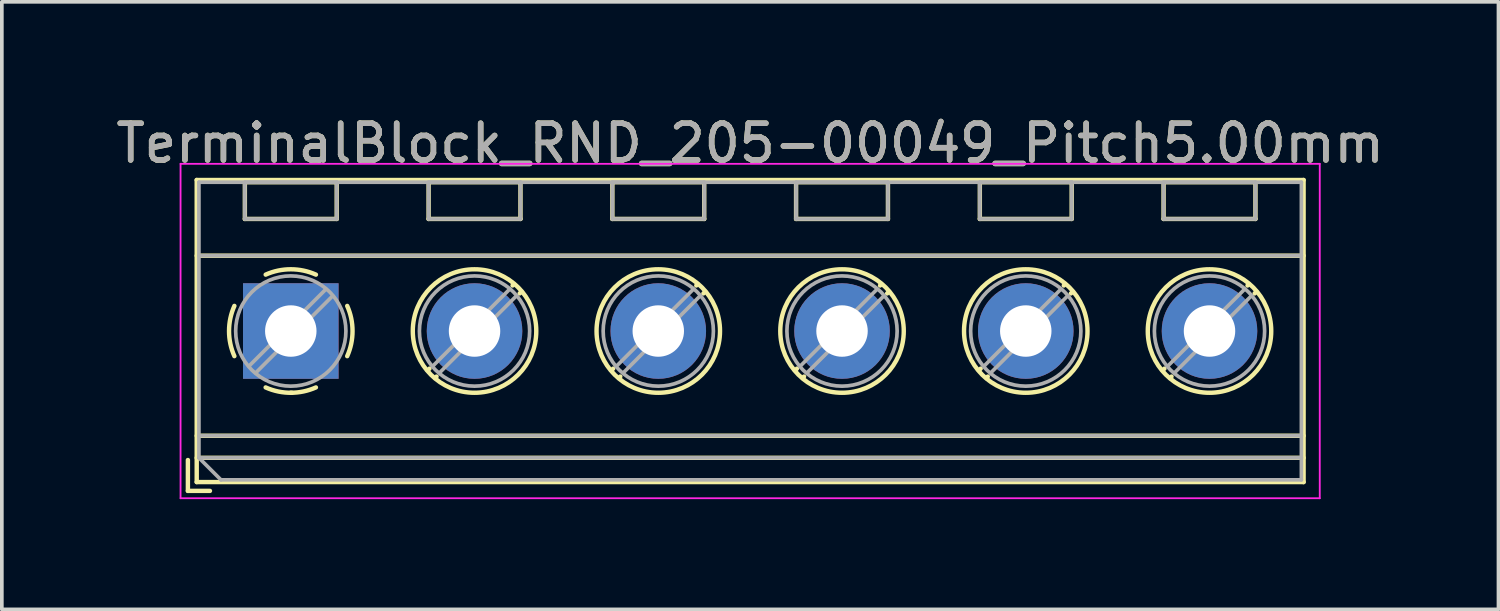
<source format=kicad_pcb>
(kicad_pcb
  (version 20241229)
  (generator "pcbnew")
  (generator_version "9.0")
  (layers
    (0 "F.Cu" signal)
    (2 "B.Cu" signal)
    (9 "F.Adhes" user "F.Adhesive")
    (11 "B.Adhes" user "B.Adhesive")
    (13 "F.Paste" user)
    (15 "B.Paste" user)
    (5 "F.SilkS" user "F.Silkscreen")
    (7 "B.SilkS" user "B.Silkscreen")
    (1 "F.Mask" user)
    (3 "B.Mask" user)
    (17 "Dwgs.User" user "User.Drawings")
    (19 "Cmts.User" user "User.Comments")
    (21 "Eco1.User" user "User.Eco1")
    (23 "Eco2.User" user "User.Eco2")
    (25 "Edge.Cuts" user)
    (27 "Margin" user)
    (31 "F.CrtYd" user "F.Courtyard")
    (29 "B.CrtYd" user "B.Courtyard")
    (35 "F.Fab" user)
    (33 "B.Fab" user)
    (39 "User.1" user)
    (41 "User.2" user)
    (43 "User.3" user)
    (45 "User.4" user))
  (footprint "TerminalBlock_RND_205-00049_Pitch5.00mm"
    (layer "F.Cu")
    (at 4.863 5.958)
    (property "Reference" "TerminalBlock_RND_205-00049_Pitch5.00mm" (at 12.5 -5.11 0) (layer "F.SilkS") (effects (font (size 1 1) (thickness 0.15))))
    (attr through_hole)
    (fp_line (start -2.8 3.51) (end -2.8 4.35) (stroke (width 0.12) (type solid)) (layer "F.SilkS"))
    (fp_line (start -2.8 4.35) (end -2.2 4.35) (stroke (width 0.12) (type solid)) (layer "F.SilkS"))
    (fp_line (start -2.56 -4.11) (end -2.56 4.11) (stroke (width 0.12) (type solid)) (layer "F.SilkS"))
    (fp_line (start -2.56 -2.05) (end 27.56 -2.05) (stroke (width 0.12) (type solid)) (layer "F.SilkS"))
    (fp_line (start -2.56 2.85) (end 27.56 2.85) (stroke (width 0.12) (type solid)) (layer "F.SilkS"))
    (fp_line (start -2.56 3.45) (end 27.56 3.45) (stroke (width 0.12) (type solid)) (layer "F.SilkS"))
    (fp_line (start -2.56 4.11) (end 27.56 4.11) (stroke (width 0.12) (type solid)) (layer "F.SilkS"))
    (fp_line (start -1.25 -4.05) (end -1.25 -3.05) (stroke (width 0.12) (type solid)) (layer "F.SilkS"))
    (fp_line (start -1.25 -4.05) (end 1.25 -4.05) (stroke (width 0.12) (type solid)) (layer "F.SilkS"))
    (fp_line (start -1.25 -3.05) (end 1.25 -3.05) (stroke (width 0.12) (type solid)) (layer "F.SilkS"))
    (fp_line (start 1.25 -4.05) (end 1.25 -3.05) (stroke (width 0.12) (type solid)) (layer "F.SilkS"))
    (fp_line (start 3.75 -4.05) (end 3.75 -3.05) (stroke (width 0.12) (type solid)) (layer "F.SilkS"))
    (fp_line (start 3.75 -4.05) (end 6.25 -4.05) (stroke (width 0.12) (type solid)) (layer "F.SilkS"))
    (fp_line (start 3.75 -3.05) (end 6.25 -3.05) (stroke (width 0.12) (type solid)) (layer "F.SilkS"))
    (fp_line (start 3.773 1.023) (end 3.726 1.069) (stroke (width 0.12) (type solid)) (layer "F.SilkS"))
    (fp_line (start 3.966 1.239) (end 3.931 1.274) (stroke (width 0.12) (type solid)) (layer "F.SilkS"))
    (fp_line (start 6.07 -1.275) (end 6.035 -1.239) (stroke (width 0.12) (type solid)) (layer "F.SilkS"))
    (fp_line (start 6.25 -4.05) (end 6.25 -3.05) (stroke (width 0.12) (type solid)) (layer "F.SilkS"))
    (fp_line (start 6.275 -1.069) (end 6.228 -1.023) (stroke (width 0.12) (type solid)) (layer "F.SilkS"))
    (fp_line (start 8.75 -4.05) (end 8.75 -3.05) (stroke (width 0.12) (type solid)) (layer "F.SilkS"))
    (fp_line (start 8.75 -4.05) (end 11.25 -4.05) (stroke (width 0.12) (type solid)) (layer "F.SilkS"))
    (fp_line (start 8.75 -3.05) (end 11.25 -3.05) (stroke (width 0.12) (type solid)) (layer "F.SilkS"))
    (fp_line (start 8.773 1.023) (end 8.726 1.069) (stroke (width 0.12) (type solid)) (layer "F.SilkS"))
    (fp_line (start 8.966 1.239) (end 8.931 1.274) (stroke (width 0.12) (type solid)) (layer "F.SilkS"))
    (fp_line (start 11.07 -1.275) (end 11.035 -1.239) (stroke (width 0.12) (type solid)) (layer "F.SilkS"))
    (fp_line (start 11.25 -4.05) (end 11.25 -3.05) (stroke (width 0.12) (type solid)) (layer "F.SilkS"))
    (fp_line (start 11.275 -1.069) (end 11.228 -1.023) (stroke (width 0.12) (type solid)) (layer "F.SilkS"))
    (fp_line (start 13.75 -4.05) (end 13.75 -3.05) (stroke (width 0.12) (type solid)) (layer "F.SilkS"))
    (fp_line (start 13.75 -4.05) (end 16.25 -4.05) (stroke (width 0.12) (type solid)) (layer "F.SilkS"))
    (fp_line (start 13.75 -3.05) (end 16.25 -3.05) (stroke (width 0.12) (type solid)) (layer "F.SilkS"))
    (fp_line (start 13.773 1.023) (end 13.726 1.069) (stroke (width 0.12) (type solid)) (layer "F.SilkS"))
    (fp_line (start 13.966 1.239) (end 13.931 1.274) (stroke (width 0.12) (type solid)) (layer "F.SilkS"))
    (fp_line (start 16.07 -1.275) (end 16.035 -1.239) (stroke (width 0.12) (type solid)) (layer "F.SilkS"))
    (fp_line (start 16.25 -4.05) (end 16.25 -3.05) (stroke (width 0.12) (type solid)) (layer "F.SilkS"))
    (fp_line (start 16.275 -1.069) (end 16.228 -1.023) (stroke (width 0.12) (type solid)) (layer "F.SilkS"))
    (fp_line (start 18.75 -4.05) (end 18.75 -3.05) (stroke (width 0.12) (type solid)) (layer "F.SilkS"))
    (fp_line (start 18.75 -4.05) (end 21.25 -4.05) (stroke (width 0.12) (type solid)) (layer "F.SilkS"))
    (fp_line (start 18.75 -3.05) (end 21.25 -3.05) (stroke (width 0.12) (type solid)) (layer "F.SilkS"))
    (fp_line (start 18.773 1.023) (end 18.726 1.069) (stroke (width 0.12) (type solid)) (layer "F.SilkS"))
    (fp_line (start 18.966 1.239) (end 18.931 1.274) (stroke (width 0.12) (type solid)) (layer "F.SilkS"))
    (fp_line (start 21.07 -1.275) (end 21.035 -1.239) (stroke (width 0.12) (type solid)) (layer "F.SilkS"))
    (fp_line (start 21.25 -4.05) (end 21.25 -3.05) (stroke (width 0.12) (type solid)) (layer "F.SilkS"))
    (fp_line (start 21.275 -1.069) (end 21.228 -1.023) (stroke (width 0.12) (type solid)) (layer "F.SilkS"))
    (fp_line (start 23.75 -4.05) (end 23.75 -3.05) (stroke (width 0.12) (type solid)) (layer "F.SilkS"))
    (fp_line (start 23.75 -4.05) (end 26.25 -4.05) (stroke (width 0.12) (type solid)) (layer "F.SilkS"))
    (fp_line (start 23.75 -3.05) (end 26.25 -3.05) (stroke (width 0.12) (type solid)) (layer "F.SilkS"))
    (fp_line (start 23.773 1.023) (end 23.726 1.069) (stroke (width 0.12) (type solid)) (layer "F.SilkS"))
    (fp_line (start 23.966 1.239) (end 23.931 1.274) (stroke (width 0.12) (type solid)) (layer "F.SilkS"))
    (fp_line (start 26.07 -1.275) (end 26.035 -1.239) (stroke (width 0.12) (type solid)) (layer "F.SilkS"))
    (fp_line (start 26.25 -4.05) (end 26.25 -3.05) (stroke (width 0.12) (type solid)) (layer "F.SilkS"))
    (fp_line (start 26.275 -1.069) (end 26.228 -1.023) (stroke (width 0.12) (type solid)) (layer "F.SilkS"))
    (fp_line (start 27.56 -4.11) (end -2.56 -4.11) (stroke (width 0.12) (type solid)) (layer "F.SilkS"))
    (fp_line (start 27.56 4.11) (end 27.56 -4.11) (stroke (width 0.12) (type solid)) (layer "F.SilkS"))
    (fp_arc (start -1.535427 0.683042) (mid -1.680501 -0.000524) (end -1.535 -0.684) (stroke (width 0.12) (type solid)) (layer "F.SilkS"))
    (fp_arc (start -0.683042 -1.535427) (mid 0.000524 -1.680501) (end 0.684 -1.535) (stroke (width 0.12) (type solid)) (layer "F.SilkS"))
    (fp_arc (start 0.028805 1.680253) (mid -0.335551 1.646659) (end -0.684 1.535) (stroke (width 0.12) (type solid)) (layer "F.SilkS"))
    (fp_arc (start 0.683318 1.534756) (mid 0.349292 1.643288) (end 0 1.68) (stroke (width 0.12) (type solid)) (layer "F.SilkS"))
    (fp_arc (start 1.535427 -0.683042) (mid 1.680501 0.000524) (end 1.535 0.684) (stroke (width 0.12) (type solid)) (layer "F.SilkS"))
    (fp_circle (center 5 0) (end 6.68 0) (stroke (width 0.12) (type solid)) (fill no) (layer "F.SilkS"))
    (fp_circle (center 10 0) (end 11.68 0) (stroke (width 0.12) (type solid)) (fill no) (layer "F.SilkS"))
    (fp_circle (center 15 0) (end 16.68 0) (stroke (width 0.12) (type solid)) (fill no) (layer "F.SilkS"))
    (fp_circle (center 20 0) (end 21.68 0) (stroke (width 0.12) (type solid)) (fill no) (layer "F.SilkS"))
    (fp_circle (center 25 0) (end 26.68 0) (stroke (width 0.12) (type solid)) (fill no) (layer "F.SilkS"))
    (fp_line (start -3 -4.55) (end -3 4.55) (stroke (width 0.05) (type solid)) (layer "F.CrtYd"))
    (fp_line (start -3 4.55) (end 28 4.55) (stroke (width 0.05) (type solid)) (layer "F.CrtYd"))
    (fp_line (start 28 -4.55) (end -3 -4.55) (stroke (width 0.05) (type solid)) (layer "F.CrtYd"))
    (fp_line (start 28 4.55) (end 28 -4.55) (stroke (width 0.05) (type solid)) (layer "F.CrtYd"))
    (fp_line (start -2.5 -4.05) (end 27.5 -4.05) (stroke (width 0.1) (type solid)) (layer "F.Fab"))
    (fp_line (start -2.5 -2.05) (end 27.5 -2.05) (stroke (width 0.1) (type solid)) (layer "F.Fab"))
    (fp_line (start -2.5 2.85) (end 27.5 2.85) (stroke (width 0.1) (type solid)) (layer "F.Fab"))
    (fp_line (start -2.5 3.45) (end -2.5 -4.05) (stroke (width 0.1) (type solid)) (layer "F.Fab"))
    (fp_line (start -2.5 3.45) (end 27.5 3.45) (stroke (width 0.1) (type solid)) (layer "F.Fab"))
    (fp_line (start -1.9 4.05) (end -2.5 3.45) (stroke (width 0.1) (type solid)) (layer "F.Fab"))
    (fp_line (start -1.25 -4.05) (end -1.25 -3.05) (stroke (width 0.1) (type solid)) (layer "F.Fab"))
    (fp_line (start -1.25 -3.05) (end 1.25 -3.05) (stroke (width 0.1) (type solid)) (layer "F.Fab"))
    (fp_line (start 0.955 -1.138) (end -1.138 0.955) (stroke (width 0.1) (type solid)) (layer "F.Fab"))
    (fp_line (start 1.138 -0.955) (end -0.955 1.138) (stroke (width 0.1) (type solid)) (layer "F.Fab"))
    (fp_line (start 1.25 -4.05) (end -1.25 -4.05) (stroke (width 0.1) (type solid)) (layer "F.Fab"))
    (fp_line (start 1.25 -3.05) (end 1.25 -4.05) (stroke (width 0.1) (type solid)) (layer "F.Fab"))
    (fp_line (start 3.75 -4.05) (end 3.75 -3.05) (stroke (width 0.1) (type solid)) (layer "F.Fab"))
    (fp_line (start 3.75 -3.05) (end 6.25 -3.05) (stroke (width 0.1) (type solid)) (layer "F.Fab"))
    (fp_line (start 5.955 -1.138) (end 3.863 0.955) (stroke (width 0.1) (type solid)) (layer "F.Fab"))
    (fp_line (start 6.138 -0.955) (end 4.046 1.138) (stroke (width 0.1) (type solid)) (layer "F.Fab"))
    (fp_line (start 6.25 -4.05) (end 3.75 -4.05) (stroke (width 0.1) (type solid)) (layer "F.Fab"))
    (fp_line (start 6.25 -3.05) (end 6.25 -4.05) (stroke (width 0.1) (type solid)) (layer "F.Fab"))
    (fp_line (start 8.75 -4.05) (end 8.75 -3.05) (stroke (width 0.1) (type solid)) (layer "F.Fab"))
    (fp_line (start 8.75 -3.05) (end 11.25 -3.05) (stroke (width 0.1) (type solid)) (layer "F.Fab"))
    (fp_line (start 10.955 -1.138) (end 8.863 0.955) (stroke (width 0.1) (type solid)) (layer "F.Fab"))
    (fp_line (start 11.138 -0.955) (end 9.046 1.138) (stroke (width 0.1) (type solid)) (layer "F.Fab"))
    (fp_line (start 11.25 -4.05) (end 8.75 -4.05) (stroke (width 0.1) (type solid)) (layer "F.Fab"))
    (fp_line (start 11.25 -3.05) (end 11.25 -4.05) (stroke (width 0.1) (type solid)) (layer "F.Fab"))
    (fp_line (start 13.75 -4.05) (end 13.75 -3.05) (stroke (width 0.1) (type solid)) (layer "F.Fab"))
    (fp_line (start 13.75 -3.05) (end 16.25 -3.05) (stroke (width 0.1) (type solid)) (layer "F.Fab"))
    (fp_line (start 15.955 -1.138) (end 13.863 0.955) (stroke (width 0.1) (type solid)) (layer "F.Fab"))
    (fp_line (start 16.138 -0.955) (end 14.046 1.138) (stroke (width 0.1) (type solid)) (layer "F.Fab"))
    (fp_line (start 16.25 -4.05) (end 13.75 -4.05) (stroke (width 0.1) (type solid)) (layer "F.Fab"))
    (fp_line (start 16.25 -3.05) (end 16.25 -4.05) (stroke (width 0.1) (type solid)) (layer "F.Fab"))
    (fp_line (start 18.75 -4.05) (end 18.75 -3.05) (stroke (width 0.1) (type solid)) (layer "F.Fab"))
    (fp_line (start 18.75 -3.05) (end 21.25 -3.05) (stroke (width 0.1) (type solid)) (layer "F.Fab"))
    (fp_line (start 20.955 -1.138) (end 18.863 0.955) (stroke (width 0.1) (type solid)) (layer "F.Fab"))
    (fp_line (start 21.138 -0.955) (end 19.046 1.138) (stroke (width 0.1) (type solid)) (layer "F.Fab"))
    (fp_line (start 21.25 -4.05) (end 18.75 -4.05) (stroke (width 0.1) (type solid)) (layer "F.Fab"))
    (fp_line (start 21.25 -3.05) (end 21.25 -4.05) (stroke (width 0.1) (type solid)) (layer "F.Fab"))
    (fp_line (start 23.75 -4.05) (end 23.75 -3.05) (stroke (width 0.1) (type solid)) (layer "F.Fab"))
    (fp_line (start 23.75 -3.05) (end 26.25 -3.05) (stroke (width 0.1) (type solid)) (layer "F.Fab"))
    (fp_line (start 25.955 -1.138) (end 23.863 0.955) (stroke (width 0.1) (type solid)) (layer "F.Fab"))
    (fp_line (start 26.138 -0.955) (end 24.046 1.138) (stroke (width 0.1) (type solid)) (layer "F.Fab"))
    (fp_line (start 26.25 -4.05) (end 23.75 -4.05) (stroke (width 0.1) (type solid)) (layer "F.Fab"))
    (fp_line (start 26.25 -3.05) (end 26.25 -4.05) (stroke (width 0.1) (type solid)) (layer "F.Fab"))
    (fp_line (start 27.5 -4.05) (end 27.5 4.05) (stroke (width 0.1) (type solid)) (layer "F.Fab"))
    (fp_line (start 27.5 4.05) (end -1.9 4.05) (stroke (width 0.1) (type solid)) (layer "F.Fab"))
    (fp_circle (center 0 0) (end 1.5 0) (stroke (width 0.1) (type solid)) (fill no) (layer "F.Fab"))
    (fp_circle (center 5 0) (end 6.5 0) (stroke (width 0.1) (type solid)) (fill no) (layer "F.Fab"))
    (fp_circle (center 10 0) (end 11.5 0) (stroke (width 0.1) (type solid)) (fill no) (layer "F.Fab"))
    (fp_circle (center 15 0) (end 16.5 0) (stroke (width 0.1) (type solid)) (fill no) (layer "F.Fab"))
    (fp_circle (center 20 0) (end 21.5 0) (stroke (width 0.1) (type solid)) (fill no) (layer "F.Fab"))
    (fp_circle (center 25 0) (end 26.5 0) (stroke (width 0.1) (type solid)) (fill no) (layer "F.Fab"))
    (fp_text user "${REFERENCE}" (at 12.5 -5.11 0) (layer "F.Fab") (effects (font (size 1 1) (thickness 0.15))))
    (pad "1" thru_hole rect (at 0 0) (size 2.6 2.6) (drill 1.4) (layers "*.Cu" "*.Mask"))
    (pad "2" thru_hole circle (at 5 0) (size 2.6 2.6) (drill 1.4) (layers "*.Cu" "*.Mask"))
    (pad "3" thru_hole circle (at 10 0) (size 2.6 2.6) (drill 1.4) (layers "*.Cu" "*.Mask"))
    (pad "4" thru_hole circle (at 15 0) (size 2.6 2.6) (drill 1.4) (layers "*.Cu" "*.Mask"))
    (pad "5" thru_hole circle (at 20 0) (size 2.6 2.6) (drill 1.4) (layers "*.Cu" "*.Mask"))
    (pad "6" thru_hole circle (at 25 0) (size 2.6 2.6) (drill 1.4) (layers "*.Cu" "*.Mask")))
  (gr_rect
    (start -3 -3)
    (end 37.726 13.533)
    (stroke (width 0.1) (type default))
    (fill no)
    (layer "Edge.Cuts")))
</source>
